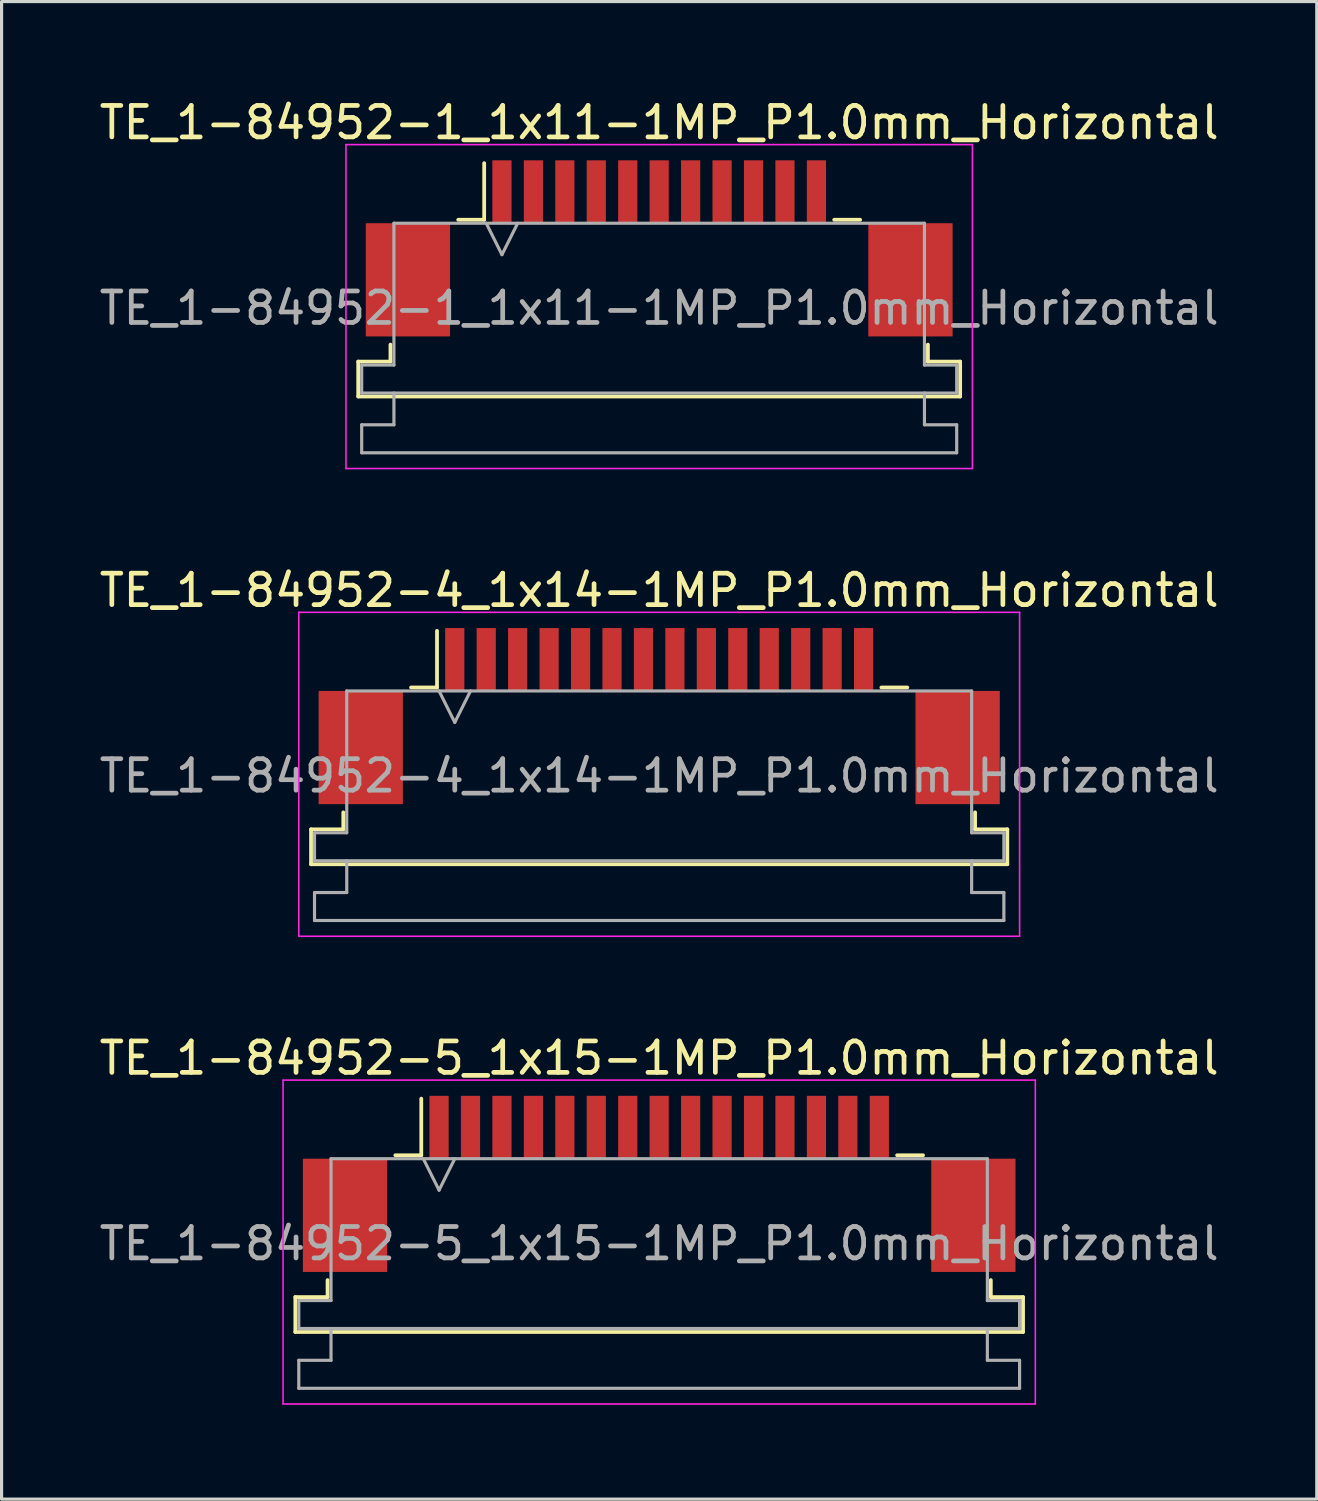
<source format=kicad_pcb>
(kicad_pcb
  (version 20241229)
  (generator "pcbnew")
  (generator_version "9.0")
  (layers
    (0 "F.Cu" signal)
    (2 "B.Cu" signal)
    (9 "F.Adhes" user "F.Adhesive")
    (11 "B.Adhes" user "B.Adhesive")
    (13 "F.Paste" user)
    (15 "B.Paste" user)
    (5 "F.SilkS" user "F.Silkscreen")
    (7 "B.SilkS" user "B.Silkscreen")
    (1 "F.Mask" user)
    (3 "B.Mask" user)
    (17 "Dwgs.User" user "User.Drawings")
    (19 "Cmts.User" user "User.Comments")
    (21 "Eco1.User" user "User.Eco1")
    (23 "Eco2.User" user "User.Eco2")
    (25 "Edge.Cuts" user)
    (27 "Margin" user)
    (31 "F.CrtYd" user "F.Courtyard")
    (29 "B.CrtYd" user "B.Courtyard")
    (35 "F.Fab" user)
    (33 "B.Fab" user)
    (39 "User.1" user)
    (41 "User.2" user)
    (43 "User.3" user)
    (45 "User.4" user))
  (footprint "TE_1-84952-1_1x11-1MP_P1.0mm_Horizontal"
    (layer "F.Cu")
    (at 17.911 4.848)
    (property "Reference" "TE_1-84952-1_1x11-1MP_P1.0mm_Horizontal" (at 0 -4 0) (layer "F.SilkS") (effects (font (size 1 1) (thickness 0.15))))
    (attr smd)
    (fp_line (start -9.57 3.6) (end -8.545 3.6) (stroke (width 0.12) (type solid)) (layer "F.SilkS"))
    (fp_line (start -9.57 4.71) (end -9.57 3.6) (stroke (width 0.12) (type solid)) (layer "F.SilkS"))
    (fp_line (start -8.545 3.6) (end -8.545 3.06) (stroke (width 0.12) (type solid)) (layer "F.SilkS"))
    (fp_line (start -6.39 -0.91) (end -5.565 -0.91) (stroke (width 0.12) (type solid)) (layer "F.SilkS"))
    (fp_line (start -5.565 -0.91) (end -5.565 -2.71) (stroke (width 0.12) (type solid)) (layer "F.SilkS"))
    (fp_line (start 5.565 -0.91) (end 6.39 -0.91) (stroke (width 0.12) (type solid)) (layer "F.SilkS"))
    (fp_line (start 8.545 3.06) (end 8.545 3.6) (stroke (width 0.12) (type solid)) (layer "F.SilkS"))
    (fp_line (start 8.545 3.6) (end 9.57 3.6) (stroke (width 0.12) (type solid)) (layer "F.SilkS"))
    (fp_line (start 9.57 3.6) (end 9.57 4.71) (stroke (width 0.12) (type solid)) (layer "F.SilkS"))
    (fp_line (start 9.57 4.71) (end -9.57 4.71) (stroke (width 0.12) (type solid)) (layer "F.SilkS"))
    (fp_line (start -9.96 -3.3) (end -9.96 7) (stroke (width 0.05) (type solid)) (layer "F.CrtYd"))
    (fp_line (start -9.96 7) (end 9.96 7) (stroke (width 0.05) (type solid)) (layer "F.CrtYd"))
    (fp_line (start 9.96 -3.3) (end -9.96 -3.3) (stroke (width 0.05) (type solid)) (layer "F.CrtYd"))
    (fp_line (start 9.96 7) (end 9.96 -3.3) (stroke (width 0.05) (type solid)) (layer "F.CrtYd"))
    (fp_line (start -9.46 3.71) (end -8.435 3.71) (stroke (width 0.1) (type solid)) (layer "F.Fab"))
    (fp_line (start -9.46 4.6) (end -9.46 3.71) (stroke (width 0.1) (type solid)) (layer "F.Fab"))
    (fp_line (start -9.46 5.61) (end -8.435 5.61) (stroke (width 0.1) (type solid)) (layer "F.Fab"))
    (fp_line (start -9.46 6.5) (end -9.46 5.61) (stroke (width 0.1) (type solid)) (layer "F.Fab"))
    (fp_line (start -8.435 -0.8) (end 8.435 -0.8) (stroke (width 0.1) (type solid)) (layer "F.Fab"))
    (fp_line (start -8.435 3.71) (end -8.435 -0.8) (stroke (width 0.1) (type solid)) (layer "F.Fab"))
    (fp_line (start -8.435 5.61) (end -8.435 4.6) (stroke (width 0.1) (type solid)) (layer "F.Fab"))
    (fp_line (start -5.5 -0.8) (end -5 0.2) (stroke (width 0.1) (type solid)) (layer "F.Fab"))
    (fp_line (start -5 0.2) (end -4.5 -0.8) (stroke (width 0.1) (type solid)) (layer "F.Fab"))
    (fp_line (start 8.435 -0.8) (end 8.435 3.71) (stroke (width 0.1) (type solid)) (layer "F.Fab"))
    (fp_line (start 8.435 3.71) (end 9.46 3.71) (stroke (width 0.1) (type solid)) (layer "F.Fab"))
    (fp_line (start 8.435 4.6) (end 8.435 5.61) (stroke (width 0.1) (type solid)) (layer "F.Fab"))
    (fp_line (start 8.435 5.61) (end 9.46 5.61) (stroke (width 0.1) (type solid)) (layer "F.Fab"))
    (fp_line (start 9.46 3.71) (end 9.46 4.6) (stroke (width 0.1) (type solid)) (layer "F.Fab"))
    (fp_line (start 9.46 4.6) (end -9.46 4.6) (stroke (width 0.1) (type solid)) (layer "F.Fab"))
    (fp_line (start 9.46 5.61) (end 9.46 6.5) (stroke (width 0.1) (type solid)) (layer "F.Fab"))
    (fp_line (start 9.46 6.5) (end -9.46 6.5) (stroke (width 0.1) (type solid)) (layer "F.Fab"))
    (fp_text user "${REFERENCE}" (at 0 1.9 0) (layer "F.Fab") (effects (font (size 1 1) (thickness 0.15))))
    (pad "1" smd rect (at -5 -1.8) (size 0.61 2) (layers "F.Cu" "F.Mask" "F.Paste"))
    (pad "2" smd rect (at -4 -1.8) (size 0.61 2) (layers "F.Cu" "F.Mask" "F.Paste"))
    (pad "3" smd rect (at -3 -1.8) (size 0.61 2) (layers "F.Cu" "F.Mask" "F.Paste"))
    (pad "4" smd rect (at -2 -1.8) (size 0.61 2) (layers "F.Cu" "F.Mask" "F.Paste"))
    (pad "5" smd rect (at -1 -1.8) (size 0.61 2) (layers "F.Cu" "F.Mask" "F.Paste"))
    (pad "6" smd rect (at 0 -1.8) (size 0.61 2) (layers "F.Cu" "F.Mask" "F.Paste"))
    (pad "7" smd rect (at 1 -1.8) (size 0.61 2) (layers "F.Cu" "F.Mask" "F.Paste"))
    (pad "8" smd rect (at 2 -1.8) (size 0.61 2) (layers "F.Cu" "F.Mask" "F.Paste"))
    (pad "9" smd rect (at 3 -1.8) (size 0.61 2) (layers "F.Cu" "F.Mask" "F.Paste"))
    (pad "10" smd rect (at 4 -1.8) (size 0.61 2) (layers "F.Cu" "F.Mask" "F.Paste"))
    (pad "11" smd rect (at 5 -1.8) (size 0.61 2) (layers "F.Cu" "F.Mask" "F.Paste"))
    (pad "MP" smd rect (at -7.99 1) (size 2.68 3.6) (layers "F.Cu" "F.Mask" "F.Paste"))
    (pad "MP" smd rect (at 7.99 1) (size 2.68 3.6) (layers "F.Cu" "F.Mask" "F.Paste")))
  (footprint "TE_1-84952-5_1x15-1MP_P1.0mm_Horizontal"
    (layer "F.Cu")
    (at 17.911 34.595)
    (property "Reference" "TE_1-84952-5_1x15-1MP_P1.0mm_Horizontal" (at 0 -4 0) (layer "F.SilkS") (effects (font (size 1 1) (thickness 0.15))))
    (attr smd)
    (fp_line (start -11.57 3.6) (end -10.545 3.6) (stroke (width 0.12) (type solid)) (layer "F.SilkS"))
    (fp_line (start -11.57 4.71) (end -11.57 3.6) (stroke (width 0.12) (type solid)) (layer "F.SilkS"))
    (fp_line (start -10.545 3.6) (end -10.545 3.06) (stroke (width 0.12) (type solid)) (layer "F.SilkS"))
    (fp_line (start -8.39 -0.91) (end -7.565 -0.91) (stroke (width 0.12) (type solid)) (layer "F.SilkS"))
    (fp_line (start -7.565 -0.91) (end -7.565 -2.71) (stroke (width 0.12) (type solid)) (layer "F.SilkS"))
    (fp_line (start 7.565 -0.91) (end 8.39 -0.91) (stroke (width 0.12) (type solid)) (layer "F.SilkS"))
    (fp_line (start 10.545 3.06) (end 10.545 3.6) (stroke (width 0.12) (type solid)) (layer "F.SilkS"))
    (fp_line (start 10.545 3.6) (end 11.57 3.6) (stroke (width 0.12) (type solid)) (layer "F.SilkS"))
    (fp_line (start 11.57 3.6) (end 11.57 4.71) (stroke (width 0.12) (type solid)) (layer "F.SilkS"))
    (fp_line (start 11.57 4.71) (end -11.57 4.71) (stroke (width 0.12) (type solid)) (layer "F.SilkS"))
    (fp_line (start -11.96 -3.3) (end -11.96 7) (stroke (width 0.05) (type solid)) (layer "F.CrtYd"))
    (fp_line (start -11.96 7) (end 11.96 7) (stroke (width 0.05) (type solid)) (layer "F.CrtYd"))
    (fp_line (start 11.96 -3.3) (end -11.96 -3.3) (stroke (width 0.05) (type solid)) (layer "F.CrtYd"))
    (fp_line (start 11.96 7) (end 11.96 -3.3) (stroke (width 0.05) (type solid)) (layer "F.CrtYd"))
    (fp_line (start -11.46 3.71) (end -10.435 3.71) (stroke (width 0.1) (type solid)) (layer "F.Fab"))
    (fp_line (start -11.46 4.6) (end -11.46 3.71) (stroke (width 0.1) (type solid)) (layer "F.Fab"))
    (fp_line (start -11.46 5.61) (end -10.435 5.61) (stroke (width 0.1) (type solid)) (layer "F.Fab"))
    (fp_line (start -11.46 6.5) (end -11.46 5.61) (stroke (width 0.1) (type solid)) (layer "F.Fab"))
    (fp_line (start -10.435 -0.8) (end 10.435 -0.8) (stroke (width 0.1) (type solid)) (layer "F.Fab"))
    (fp_line (start -10.435 3.71) (end -10.435 -0.8) (stroke (width 0.1) (type solid)) (layer "F.Fab"))
    (fp_line (start -10.435 5.61) (end -10.435 4.6) (stroke (width 0.1) (type solid)) (layer "F.Fab"))
    (fp_line (start -7.5 -0.8) (end -7 0.2) (stroke (width 0.1) (type solid)) (layer "F.Fab"))
    (fp_line (start -7 0.2) (end -6.5 -0.8) (stroke (width 0.1) (type solid)) (layer "F.Fab"))
    (fp_line (start 10.435 -0.8) (end 10.435 3.71) (stroke (width 0.1) (type solid)) (layer "F.Fab"))
    (fp_line (start 10.435 3.71) (end 11.46 3.71) (stroke (width 0.1) (type solid)) (layer "F.Fab"))
    (fp_line (start 10.435 4.6) (end 10.435 5.61) (stroke (width 0.1) (type solid)) (layer "F.Fab"))
    (fp_line (start 10.435 5.61) (end 11.46 5.61) (stroke (width 0.1) (type solid)) (layer "F.Fab"))
    (fp_line (start 11.46 3.71) (end 11.46 4.6) (stroke (width 0.1) (type solid)) (layer "F.Fab"))
    (fp_line (start 11.46 4.6) (end -11.46 4.6) (stroke (width 0.1) (type solid)) (layer "F.Fab"))
    (fp_line (start 11.46 5.61) (end 11.46 6.5) (stroke (width 0.1) (type solid)) (layer "F.Fab"))
    (fp_line (start 11.46 6.5) (end -11.46 6.5) (stroke (width 0.1) (type solid)) (layer "F.Fab"))
    (fp_text user "${REFERENCE}" (at 0 1.9 0) (layer "F.Fab") (effects (font (size 1 1) (thickness 0.15))))
    (pad "1" smd rect (at -7 -1.8) (size 0.61 2) (layers "F.Cu" "F.Mask" "F.Paste"))
    (pad "2" smd rect (at -6 -1.8) (size 0.61 2) (layers "F.Cu" "F.Mask" "F.Paste"))
    (pad "3" smd rect (at -5 -1.8) (size 0.61 2) (layers "F.Cu" "F.Mask" "F.Paste"))
    (pad "4" smd rect (at -4 -1.8) (size 0.61 2) (layers "F.Cu" "F.Mask" "F.Paste"))
    (pad "5" smd rect (at -3 -1.8) (size 0.61 2) (layers "F.Cu" "F.Mask" "F.Paste"))
    (pad "6" smd rect (at -2 -1.8) (size 0.61 2) (layers "F.Cu" "F.Mask" "F.Paste"))
    (pad "7" smd rect (at -1 -1.8) (size 0.61 2) (layers "F.Cu" "F.Mask" "F.Paste"))
    (pad "8" smd rect (at 0 -1.8) (size 0.61 2) (layers "F.Cu" "F.Mask" "F.Paste"))
    (pad "9" smd rect (at 1 -1.8) (size 0.61 2) (layers "F.Cu" "F.Mask" "F.Paste"))
    (pad "10" smd rect (at 2 -1.8) (size 0.61 2) (layers "F.Cu" "F.Mask" "F.Paste"))
    (pad "11" smd rect (at 3 -1.8) (size 0.61 2) (layers "F.Cu" "F.Mask" "F.Paste"))
    (pad "12" smd rect (at 4 -1.8) (size 0.61 2) (layers "F.Cu" "F.Mask" "F.Paste"))
    (pad "13" smd rect (at 5 -1.8) (size 0.61 2) (layers "F.Cu" "F.Mask" "F.Paste"))
    (pad "14" smd rect (at 6 -1.8) (size 0.61 2) (layers "F.Cu" "F.Mask" "F.Paste"))
    (pad "15" smd rect (at 7 -1.8) (size 0.61 2) (layers "F.Cu" "F.Mask" "F.Paste"))
    (pad "MP" smd rect (at -9.99 1) (size 2.68 3.6) (layers "F.Cu" "F.Mask" "F.Paste"))
    (pad "MP" smd rect (at 9.99 1) (size 2.68 3.6) (layers "F.Cu" "F.Mask" "F.Paste")))
  (footprint "TE_1-84952-4_1x14-1MP_P1.0mm_Horizontal"
    (layer "F.Cu")
    (at 17.911 19.721)
    (property "Reference" "TE_1-84952-4_1x14-1MP_P1.0mm_Horizontal" (at 0 -4 0) (layer "F.SilkS") (effects (font (size 1 1) (thickness 0.15))))
    (attr smd)
    (fp_line (start -11.07 3.6) (end -10.045 3.6) (stroke (width 0.12) (type solid)) (layer "F.SilkS"))
    (fp_line (start -11.07 4.71) (end -11.07 3.6) (stroke (width 0.12) (type solid)) (layer "F.SilkS"))
    (fp_line (start -10.045 3.6) (end -10.045 3.06) (stroke (width 0.12) (type solid)) (layer "F.SilkS"))
    (fp_line (start -7.89 -0.91) (end -7.065 -0.91) (stroke (width 0.12) (type solid)) (layer "F.SilkS"))
    (fp_line (start -7.065 -0.91) (end -7.065 -2.71) (stroke (width 0.12) (type solid)) (layer "F.SilkS"))
    (fp_line (start 7.065 -0.91) (end 7.89 -0.91) (stroke (width 0.12) (type solid)) (layer "F.SilkS"))
    (fp_line (start 10.045 3.06) (end 10.045 3.6) (stroke (width 0.12) (type solid)) (layer "F.SilkS"))
    (fp_line (start 10.045 3.6) (end 11.07 3.6) (stroke (width 0.12) (type solid)) (layer "F.SilkS"))
    (fp_line (start 11.07 3.6) (end 11.07 4.71) (stroke (width 0.12) (type solid)) (layer "F.SilkS"))
    (fp_line (start 11.07 4.71) (end -11.07 4.71) (stroke (width 0.12) (type solid)) (layer "F.SilkS"))
    (fp_line (start -11.46 -3.3) (end -11.46 7) (stroke (width 0.05) (type solid)) (layer "F.CrtYd"))
    (fp_line (start -11.46 7) (end 11.46 7) (stroke (width 0.05) (type solid)) (layer "F.CrtYd"))
    (fp_line (start 11.46 -3.3) (end -11.46 -3.3) (stroke (width 0.05) (type solid)) (layer "F.CrtYd"))
    (fp_line (start 11.46 7) (end 11.46 -3.3) (stroke (width 0.05) (type solid)) (layer "F.CrtYd"))
    (fp_line (start -10.96 3.71) (end -9.935 3.71) (stroke (width 0.1) (type solid)) (layer "F.Fab"))
    (fp_line (start -10.96 4.6) (end -10.96 3.71) (stroke (width 0.1) (type solid)) (layer "F.Fab"))
    (fp_line (start -10.96 5.61) (end -9.935 5.61) (stroke (width 0.1) (type solid)) (layer "F.Fab"))
    (fp_line (start -10.96 6.5) (end -10.96 5.61) (stroke (width 0.1) (type solid)) (layer "F.Fab"))
    (fp_line (start -9.935 -0.8) (end 9.935 -0.8) (stroke (width 0.1) (type solid)) (layer "F.Fab"))
    (fp_line (start -9.935 3.71) (end -9.935 -0.8) (stroke (width 0.1) (type solid)) (layer "F.Fab"))
    (fp_line (start -9.935 5.61) (end -9.935 4.6) (stroke (width 0.1) (type solid)) (layer "F.Fab"))
    (fp_line (start -7 -0.8) (end -6.5 0.2) (stroke (width 0.1) (type solid)) (layer "F.Fab"))
    (fp_line (start -6.5 0.2) (end -6 -0.8) (stroke (width 0.1) (type solid)) (layer "F.Fab"))
    (fp_line (start 9.935 -0.8) (end 9.935 3.71) (stroke (width 0.1) (type solid)) (layer "F.Fab"))
    (fp_line (start 9.935 3.71) (end 10.96 3.71) (stroke (width 0.1) (type solid)) (layer "F.Fab"))
    (fp_line (start 9.935 4.6) (end 9.935 5.61) (stroke (width 0.1) (type solid)) (layer "F.Fab"))
    (fp_line (start 9.935 5.61) (end 10.96 5.61) (stroke (width 0.1) (type solid)) (layer "F.Fab"))
    (fp_line (start 10.96 3.71) (end 10.96 4.6) (stroke (width 0.1) (type solid)) (layer "F.Fab"))
    (fp_line (start 10.96 4.6) (end -10.96 4.6) (stroke (width 0.1) (type solid)) (layer "F.Fab"))
    (fp_line (start 10.96 5.61) (end 10.96 6.5) (stroke (width 0.1) (type solid)) (layer "F.Fab"))
    (fp_line (start 10.96 6.5) (end -10.96 6.5) (stroke (width 0.1) (type solid)) (layer "F.Fab"))
    (fp_text user "${REFERENCE}" (at 0 1.9 0) (layer "F.Fab") (effects (font (size 1 1) (thickness 0.15))))
    (pad "1" smd rect (at -6.5 -1.8) (size 0.61 2) (layers "F.Cu" "F.Mask" "F.Paste"))
    (pad "2" smd rect (at -5.5 -1.8) (size 0.61 2) (layers "F.Cu" "F.Mask" "F.Paste"))
    (pad "3" smd rect (at -4.5 -1.8) (size 0.61 2) (layers "F.Cu" "F.Mask" "F.Paste"))
    (pad "4" smd rect (at -3.5 -1.8) (size 0.61 2) (layers "F.Cu" "F.Mask" "F.Paste"))
    (pad "5" smd rect (at -2.5 -1.8) (size 0.61 2) (layers "F.Cu" "F.Mask" "F.Paste"))
    (pad "6" smd rect (at -1.5 -1.8) (size 0.61 2) (layers "F.Cu" "F.Mask" "F.Paste"))
    (pad "7" smd rect (at -0.5 -1.8) (size 0.61 2) (layers "F.Cu" "F.Mask" "F.Paste"))
    (pad "8" smd rect (at 0.5 -1.8) (size 0.61 2) (layers "F.Cu" "F.Mask" "F.Paste"))
    (pad "9" smd rect (at 1.5 -1.8) (size 0.61 2) (layers "F.Cu" "F.Mask" "F.Paste"))
    (pad "10" smd rect (at 2.5 -1.8) (size 0.61 2) (layers "F.Cu" "F.Mask" "F.Paste"))
    (pad "11" smd rect (at 3.5 -1.8) (size 0.61 2) (layers "F.Cu" "F.Mask" "F.Paste"))
    (pad "12" smd rect (at 4.5 -1.8) (size 0.61 2) (layers "F.Cu" "F.Mask" "F.Paste"))
    (pad "13" smd rect (at 5.5 -1.8) (size 0.61 2) (layers "F.Cu" "F.Mask" "F.Paste"))
    (pad "14" smd rect (at 6.5 -1.8) (size 0.61 2) (layers "F.Cu" "F.Mask" "F.Paste"))
    (pad "MP" smd rect (at -9.49 1) (size 2.68 3.6) (layers "F.Cu" "F.Mask" "F.Paste"))
    (pad "MP" smd rect (at 9.49 1) (size 2.68 3.6) (layers "F.Cu" "F.Mask" "F.Paste")))
  (gr_rect
    (start -3 -3)
    (end 38.821 44.62)
    (stroke (width 0.1) (type default))
    (fill no)
    (layer "Edge.Cuts")))
</source>
